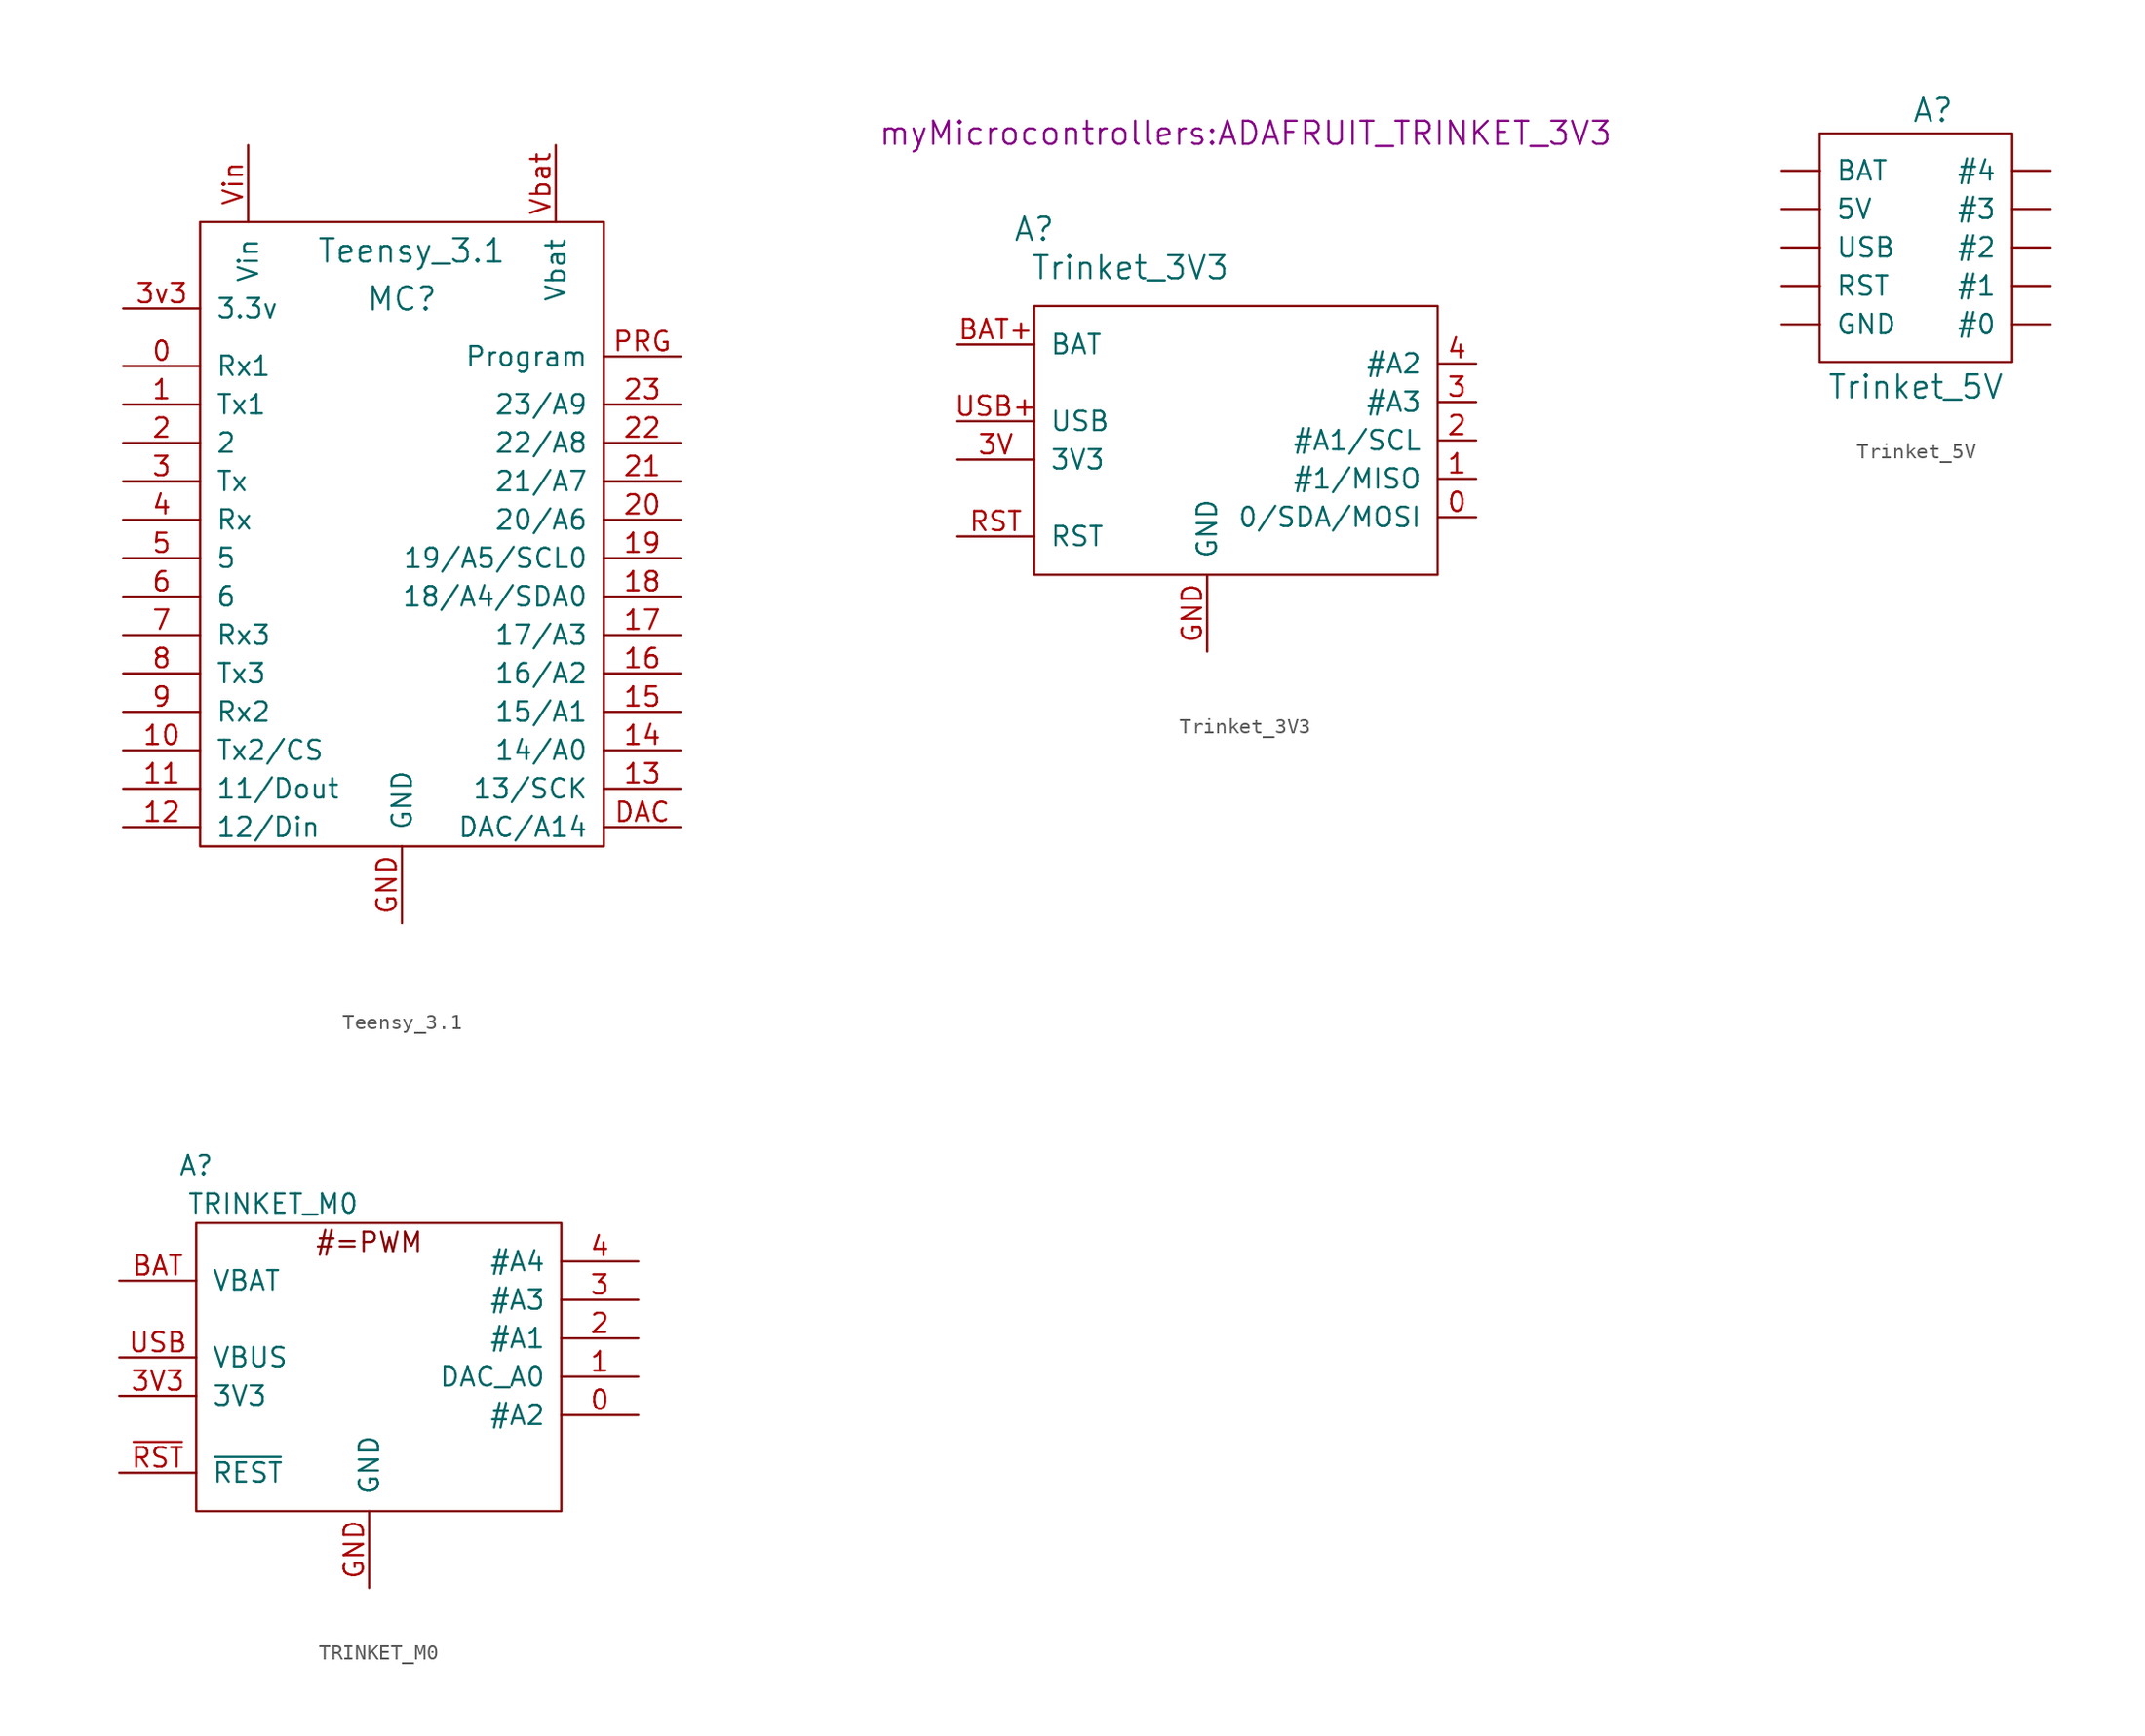
<source format=kicad_sym>
(kicad_symbol_lib
  (version 20211014)
  (generator kicad_symbol_editor)
  (symbol "Teensy_3.1"
    (pin_names
      (offset 1.016))
    (property "Reference" "MC"
      (at 0 36.195 0)
      (effects (font (size 1.524 1.524))))
    (property "Value" "Teensy_3.1"
      (at 0.635 39.37 0)
      (effects (font (size 1.524 1.524))))
    (property "Footprint" ""
      (at 0 0 0)
      (effects (font (size 1.524 1.524))))
    (property "Datasheet" ""
      (at 0 0 0)
      (effects (font (size 1.524 1.524))))
    (symbol "Teensy_3.1_0_0"
      (rectangle (start -13.335 0) (end 13.335 41.275) (stroke (width 0) (type default) (color 0 0 0 0)) (fill (type none))))
    (symbol "Teensy_3.1_1_1"
      (pin passive line (at -18.415 31.75 0) (length 5.08) (name "Rx1" (effects (font (size 1.27 1.27)))) (number "0" (effects (font (size 1.27 1.27)))))
      (pin passive line (at -18.415 29.21 0) (length 5.08) (name "Tx1" (effects (font (size 1.27 1.27)))) (number "1" (effects (font (size 1.27 1.27)))))
      (pin passive line (at -18.415 6.35 0) (length 5.08) (name "Tx2/CS" (effects (font (size 1.27 1.27)))) (number "10" (effects (font (size 1.27 1.27)))))
      (pin passive line (at -18.415 3.81 0) (length 5.08) (name "11/Dout" (effects (font (size 1.27 1.27)))) (number "11" (effects (font (size 1.27 1.27)))))
      (pin passive line (at -18.415 1.27 0) (length 5.08) (name "12/Din" (effects (font (size 1.27 1.27)))) (number "12" (effects (font (size 1.27 1.27)))))
      (pin passive line (at 18.415 3.81 180) (length 5.08) (name "13/SCK" (effects (font (size 1.27 1.27)))) (number "13" (effects (font (size 1.27 1.27)))))
      (pin passive line (at 18.415 6.35 180) (length 5.08) (name "14/A0" (effects (font (size 1.27 1.27)))) (number "14" (effects (font (size 1.27 1.27)))))
      (pin passive line (at 18.415 8.89 180) (length 5.08) (name "15/A1" (effects (font (size 1.27 1.27)))) (number "15" (effects (font (size 1.27 1.27)))))
      (pin passive line (at 18.415 11.43 180) (length 5.08) (name "16/A2" (effects (font (size 1.27 1.27)))) (number "16" (effects (font (size 1.27 1.27)))))
      (pin passive line (at 18.415 13.97 180) (length 5.08) (name "17/A3" (effects (font (size 1.27 1.27)))) (number "17" (effects (font (size 1.27 1.27)))))
      (pin passive line (at 18.415 16.51 180) (length 5.08) (name "18/A4/SDA0" (effects (font (size 1.27 1.27)))) (number "18" (effects (font (size 1.27 1.27)))))
      (pin passive line (at 18.415 19.05 180) (length 5.08) (name "19/A5/SCL0" (effects (font (size 1.27 1.27)))) (number "19" (effects (font (size 1.27 1.27)))))
      (pin passive line (at -18.415 26.67 0) (length 5.08) (name "2" (effects (font (size 1.27 1.27)))) (number "2" (effects (font (size 1.27 1.27)))))
      (pin passive line (at 18.415 21.59 180) (length 5.08) (name "20/A6" (effects (font (size 1.27 1.27)))) (number "20" (effects (font (size 1.27 1.27)))))
      (pin passive line (at 18.415 24.13 180) (length 5.08) (name "21/A7" (effects (font (size 1.27 1.27)))) (number "21" (effects (font (size 1.27 1.27)))))
      (pin passive line (at 18.415 26.67 180) (length 5.08) (name "22/A8" (effects (font (size 1.27 1.27)))) (number "22" (effects (font (size 1.27 1.27)))))
      (pin passive line (at 18.415 29.21 180) (length 5.08) (name "23/A9" (effects (font (size 1.27 1.27)))) (number "23" (effects (font (size 1.27 1.27)))))
      (pin passive line (at -18.415 24.13 0) (length 5.08) (name "Tx" (effects (font (size 1.27 1.27)))) (number "3" (effects (font (size 1.27 1.27)))))
      (pin power_out line (at -18.415 35.56 0) (length 5.08) (name "3.3v" (effects (font (size 1.27 1.27)))) (number "3v3" (effects (font (size 1.27 1.27)))))
      (pin passive line (at -18.415 21.59 0) (length 5.08) (name "Rx" (effects (font (size 1.27 1.27)))) (number "4" (effects (font (size 1.27 1.27)))))
      (pin passive line (at -18.415 19.05 0) (length 5.08) (name "5" (effects (font (size 1.27 1.27)))) (number "5" (effects (font (size 1.27 1.27)))))
      (pin passive line (at -18.415 16.51 0) (length 5.08) (name "6" (effects (font (size 1.27 1.27)))) (number "6" (effects (font (size 1.27 1.27)))))
      (pin passive line (at -18.415 13.97 0) (length 5.08) (name "Rx3" (effects (font (size 1.27 1.27)))) (number "7" (effects (font (size 1.27 1.27)))))
      (pin passive line (at -18.415 11.43 0) (length 5.08) (name "Tx3" (effects (font (size 1.27 1.27)))) (number "8" (effects (font (size 1.27 1.27)))))
      (pin passive line (at -18.415 8.89 0) (length 5.08) (name "Rx2" (effects (font (size 1.27 1.27)))) (number "9" (effects (font (size 1.27 1.27)))))
      (pin passive line (at 18.415 1.27 180) (length 5.08) (name "DAC/A14" (effects (font (size 1.27 1.27)))) (number "DAC" (effects (font (size 1.27 1.27)))))
      (pin power_in line (at 0 -5.08 90) (length 5.08) (name "GND" (effects (font (size 1.27 1.27)))) (number "GND" (effects (font (size 1.27 1.27)))))
      (pin passive line (at 18.415 32.385 180) (length 5.08) (name "Program" (effects (font (size 1.27 1.27)))) (number "PRG" (effects (font (size 1.27 1.27)))))
      (pin power_in line (at 10.16 46.355 270) (length 5.08) (name "Vbat" (effects (font (size 1.27 1.27)))) (number "Vbat" (effects (font (size 1.27 1.27)))))
      (pin power_in line (at -10.16 46.355 270) (length 5.08) (name "Vin" (effects (font (size 1.27 1.27)))) (number "Vin" (effects (font (size 1.27 1.27)))))))
  (symbol "Trinket_3V3"
    (pin_names
      (offset 1.016))
    (property "Reference" "A"
      (at -11.43 11.43 0)
      (effects (font (size 1.524 1.524))))
    (property "Value" "Trinket_3V3"
      (at -5.08 8.89 0)
      (effects (font (size 1.524 1.524))))
    (property "Footprint" "myMicrocontrollers:ADAFRUIT_TRINKET_3V3"
      (at 2.54 17.78 0)
      (effects (font (size 1.524 1.524))))
    (symbol "Trinket_3V3_0_0"
      (rectangle (start -11.43 -11.43) (end 15.24 6.35) (stroke (width 0) (type default) (color 0 0 0 0)) (fill (type none))))
    (symbol "Trinket_3V3_1_1"
      (pin bidirectional line (at 17.78 -7.62 180) (length 2.54) (name "0/SDA/MOSI" (effects (font (size 1.27 1.27)))) (number "0" (effects (font (size 1.27 1.27)))))
      (pin bidirectional line (at 17.78 -5.08 180) (length 2.54) (name "#1/MISO" (effects (font (size 1.27 1.27)))) (number "1" (effects (font (size 1.27 1.27)))))
      (pin bidirectional line (at 17.78 -2.54 180) (length 2.54) (name "#A1/SCL" (effects (font (size 1.27 1.27)))) (number "2" (effects (font (size 1.27 1.27)))))
      (pin bidirectional line (at 17.78 0 180) (length 2.54) (name "#A3" (effects (font (size 1.27 1.27)))) (number "3" (effects (font (size 1.27 1.27)))))
      (pin power_out line (at -16.51 -3.81 0) (length 5.08) (name "3V3" (effects (font (size 1.27 1.27)))) (number "3V" (effects (font (size 1.27 1.27)))))
      (pin bidirectional line (at 17.78 2.54 180) (length 2.54) (name "#A2" (effects (font (size 1.27 1.27)))) (number "4" (effects (font (size 1.27 1.27)))))
      (pin power_in line (at -16.51 3.81 0) (length 5.08) (name "BAT" (effects (font (size 1.27 1.27)))) (number "BAT+" (effects (font (size 1.27 1.27)))))
      (pin power_in line (at 0 -16.51 90) (length 5.08) (name "GND" (effects (font (size 1.27 1.27)))) (number "GND" (effects (font (size 1.27 1.27)))))
      (pin bidirectional line (at -16.51 -8.89 0) (length 5.08) (name "RST" (effects (font (size 1.27 1.27)))) (number "RST" (effects (font (size 1.27 1.27)))))
      (pin power_in line (at -16.51 -1.27 0) (length 5.08) (name "USB" (effects (font (size 1.27 1.27)))) (number "USB+" (effects (font (size 1.27 1.27)))))))
  (symbol "Trinket_5V"
    (pin_numbers hide)
    (pin_names
      (offset 1.016))
    (property "Reference" "A"
      (at 1.118 9.068 0)
      (effects (font (size 1.524 1.524))))
    (property "Value" "Trinket_5V"
      (at -0.025 -9.22 0)
      (effects (font (size 1.524 1.524))))
    (symbol "Trinket_5V_0_0"
      (rectangle (start -6.375 7.544) (end 6.35 -7.569) (stroke (width 0) (type default) (color 0 0 0 0)) (fill (type none))))
    (symbol "Trinket_5V_1_1"
      (pin bidirectional line (at 8.89 -5.08 180) (length 2.54) (name "#0" (effects (font (size 1.27 1.27)))) (number "0" (effects (font (size 1.27 1.27)))))
      (pin bidirectional line (at 8.89 -2.54 180) (length 2.54) (name "#1" (effects (font (size 1.27 1.27)))) (number "1" (effects (font (size 1.27 1.27)))))
      (pin bidirectional line (at 8.89 0 180) (length 2.54) (name "#2" (effects (font (size 1.27 1.27)))) (number "2" (effects (font (size 1.27 1.27)))))
      (pin bidirectional line (at 8.89 2.54 180) (length 2.54) (name "#3" (effects (font (size 1.27 1.27)))) (number "3" (effects (font (size 1.27 1.27)))))
      (pin bidirectional line (at 8.89 5.08 180) (length 2.54) (name "#4" (effects (font (size 1.27 1.27)))) (number "4" (effects (font (size 1.27 1.27)))))
      (pin bidirectional line (at -8.89 2.54 0) (length 2.54) (name "5V" (effects (font (size 1.27 1.27)))) (number "5V" (effects (font (size 1.27 1.27)))))
      (pin power_in line (at -8.89 5.08 0) (length 2.54) (name "BAT" (effects (font (size 1.27 1.27)))) (number "BAT" (effects (font (size 1.27 1.27)))))
      (pin power_in line (at -8.89 -5.08 0) (length 2.54) (name "GND" (effects (font (size 1.27 1.27)))) (number "GND" (effects (font (size 1.27 1.27)))))
      (pin bidirectional line (at -8.89 -2.54 0) (length 2.54) (name "RST" (effects (font (size 1.27 1.27)))) (number "RST" (effects (font (size 1.27 1.27)))))
      (pin power_in line (at -8.89 0 0) (length 2.54) (name "USB" (effects (font (size 1.27 1.27)))) (number "USB" (effects (font (size 1.27 1.27)))))))
  (symbol "TRINKET_M0"
    (pin_names
      (offset 1.016))
    (property "Reference" "A"
      (at -11.43 11.43 0)
      (effects (font (size 1.27 1.27))))
    (property "Value" "TRINKET_M0"
      (at -6.35 8.89 0)
      (effects (font (size 1.27 1.27))))
    (symbol "TRINKET_M0_0_0"
      (rectangle (start -11.43 7.62) (end 12.7 -11.43) (stroke (width 0) (type default) (color 0 0 0 0)) (fill (type none)))
      (text "#=PWM" (at 0 6.35 0) (effects (font (size 1.27 1.27)))))
    (symbol "TRINKET_M0_1_1"
      (pin bidirectional line (at 17.78 -5.08 180) (length 5.08) (name "#A2" (effects (font (size 1.27 1.27)))) (number "0" (effects (font (size 1.27 1.27)))))
      (pin bidirectional line (at 17.78 -2.54 180) (length 5.08) (name "DAC_A0" (effects (font (size 1.27 1.27)))) (number "1" (effects (font (size 1.27 1.27)))))
      (pin bidirectional line (at 17.78 0 180) (length 5.08) (name "#A1" (effects (font (size 1.27 1.27)))) (number "2" (effects (font (size 1.27 1.27)))))
      (pin bidirectional line (at 17.78 2.54 180) (length 5.08) (name "#A3" (effects (font (size 1.27 1.27)))) (number "3" (effects (font (size 1.27 1.27)))))
      (pin power_out line (at -16.51 -3.81 0) (length 5.08) (name "3V3" (effects (font (size 1.27 1.27)))) (number "3V3" (effects (font (size 1.27 1.27)))))
      (pin bidirectional line (at 17.78 5.08 180) (length 5.08) (name "#A4" (effects (font (size 1.27 1.27)))) (number "4" (effects (font (size 1.27 1.27)))))
      (pin power_in line (at -16.51 3.81 0) (length 5.08) (name "VBAT" (effects (font (size 1.27 1.27)))) (number "BAT" (effects (font (size 1.27 1.27)))))
      (pin power_in line (at 0 -16.51 90) (length 5.08) (name "GND" (effects (font (size 1.27 1.27)))) (number "GND" (effects (font (size 1.27 1.27)))))
      (pin power_out line (at -16.51 -1.27 0) (length 5.08) (name "VBUS" (effects (font (size 1.27 1.27)))) (number "USB" (effects (font (size 1.27 1.27)))))
      (pin input line (at -16.51 -8.89 0) (length 5.08) (name "~{REST}" (effects (font (size 1.27 1.27)))) (number "~{RST}" (effects (font (size 1.27 1.27))))))))
</source>
